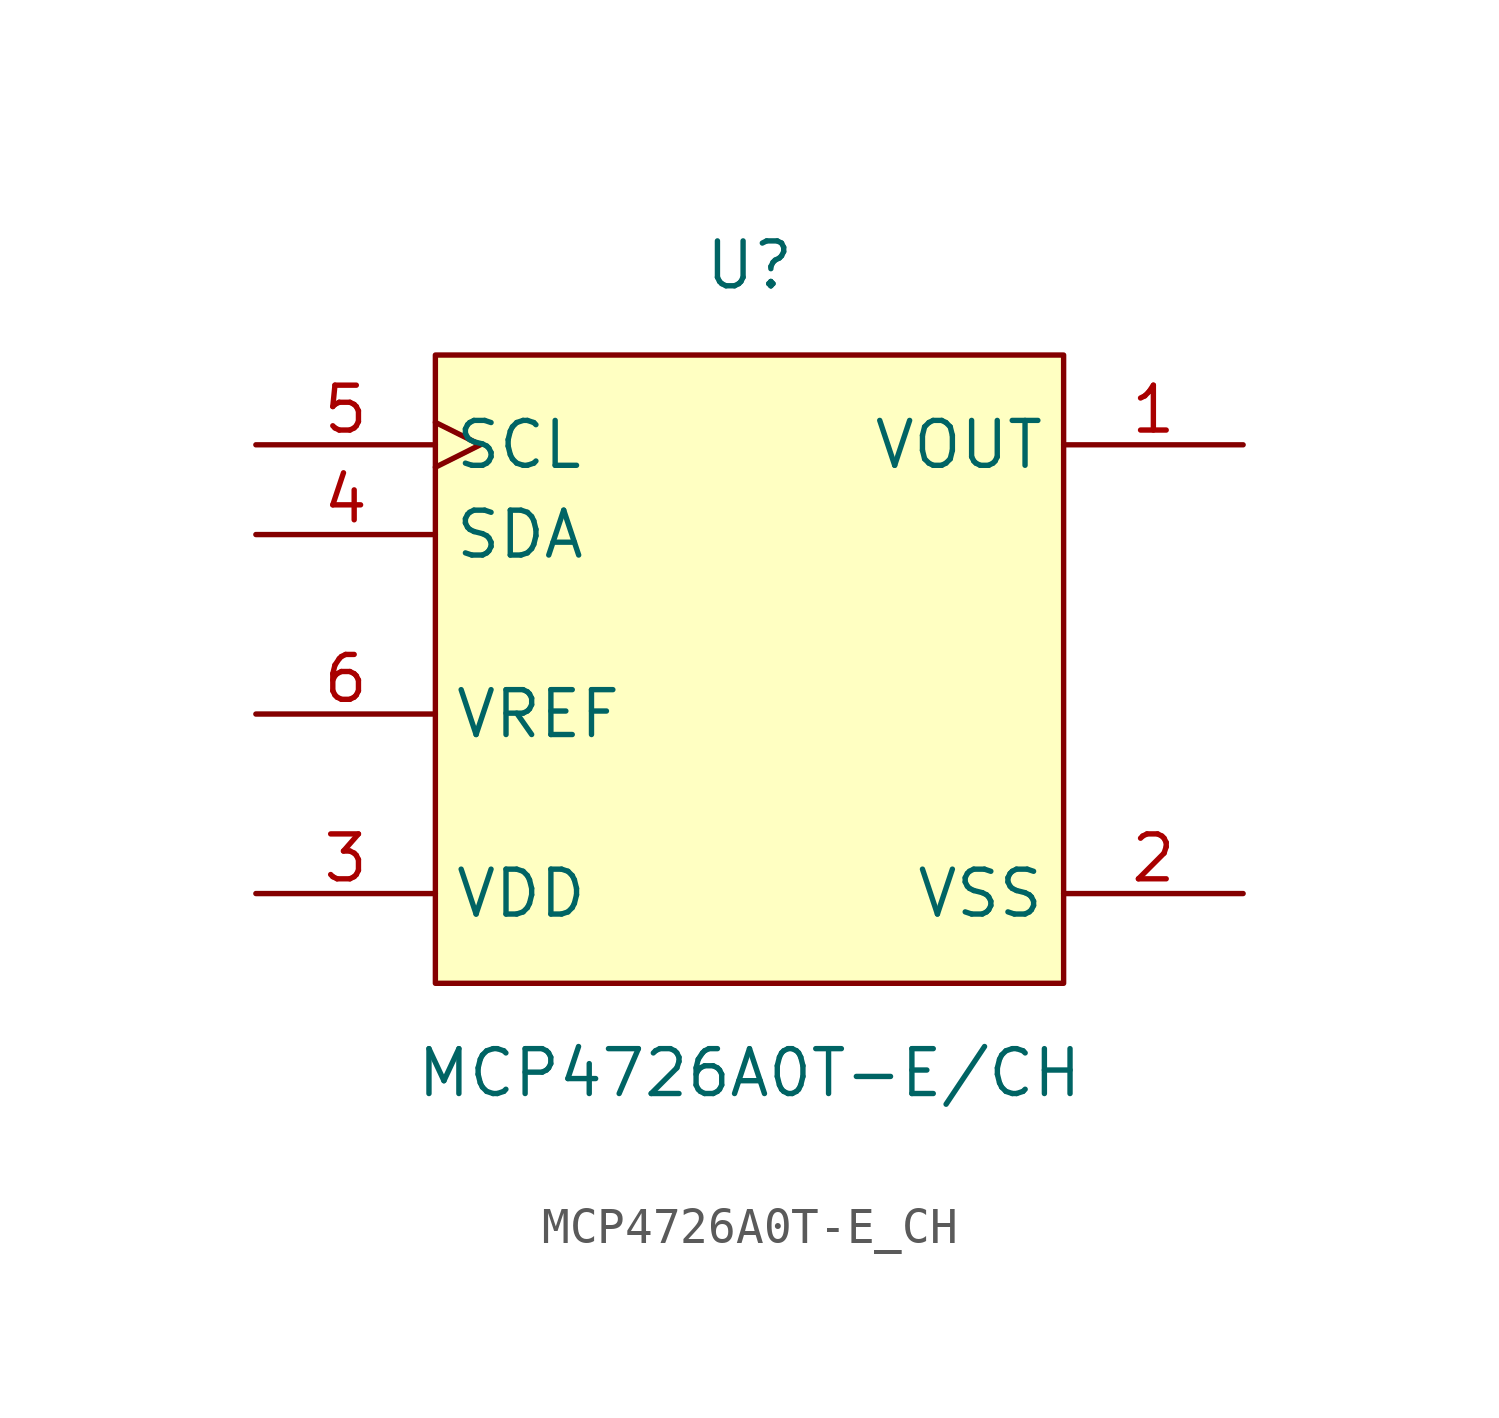
<source format=kicad_sym>
(kicad_symbol_lib
  (version 20241209)
  (generator "kicad_symbol_editor")
  (generator_version "9.0")
  (symbol "MCP4726A0T-E_CH"
    (property "Reference" "U"
      (at 0 11.43 0)
      (effects (font (size 1.27 1.27))))
    (property "Value" "MCP4726A0T-E/CH"
      (at 0 -11.43 0)
      (effects (font (size 1.27 1.27))))
    (symbol "MCP4726A0T-E_CH_0_1"
      (rectangle (start -8.89 8.89) (end 8.89 -8.89) (stroke (width 0) (type default) (color 0 0 0 0)) (fill (type background)))
      (pin output line (at 13.97 6.35 180) (length 5.08) (name "VOUT" (effects (font (size 1.27 1.27)))) (number "1" (effects (font (size 1.27 1.27)))))
      (pin power_in line (at -13.97 -1.27 0) (length 5.08) (name "VREF" (effects (font (size 1.27 1.27)))) (number "6" (effects (font (size 1.27 1.27)))))
      (pin power_in line (at 13.97 -6.35 180) (length 5.08) (name "VSS" (effects (font (size 1.27 1.27)))) (number "2" (effects (font (size 1.27 1.27)))))
      (pin bidirectional line (at -13.97 3.81 0) (length 5.08) (name "SDA" (effects (font (size 1.27 1.27)))) (number "4" (effects (font (size 1.27 1.27)))))
      (pin unspecified clock (at -13.97 6.35 0) (length 5.08) (name "SCL" (effects (font (size 1.27 1.27)))) (number "5" (effects (font (size 1.27 1.27)))))
      (pin power_in line (at -13.97 -6.35 0) (length 5.08) (name "VDD" (effects (font (size 1.27 1.27)))) (number "3" (effects (font (size 1.27 1.27))))))))
</source>
